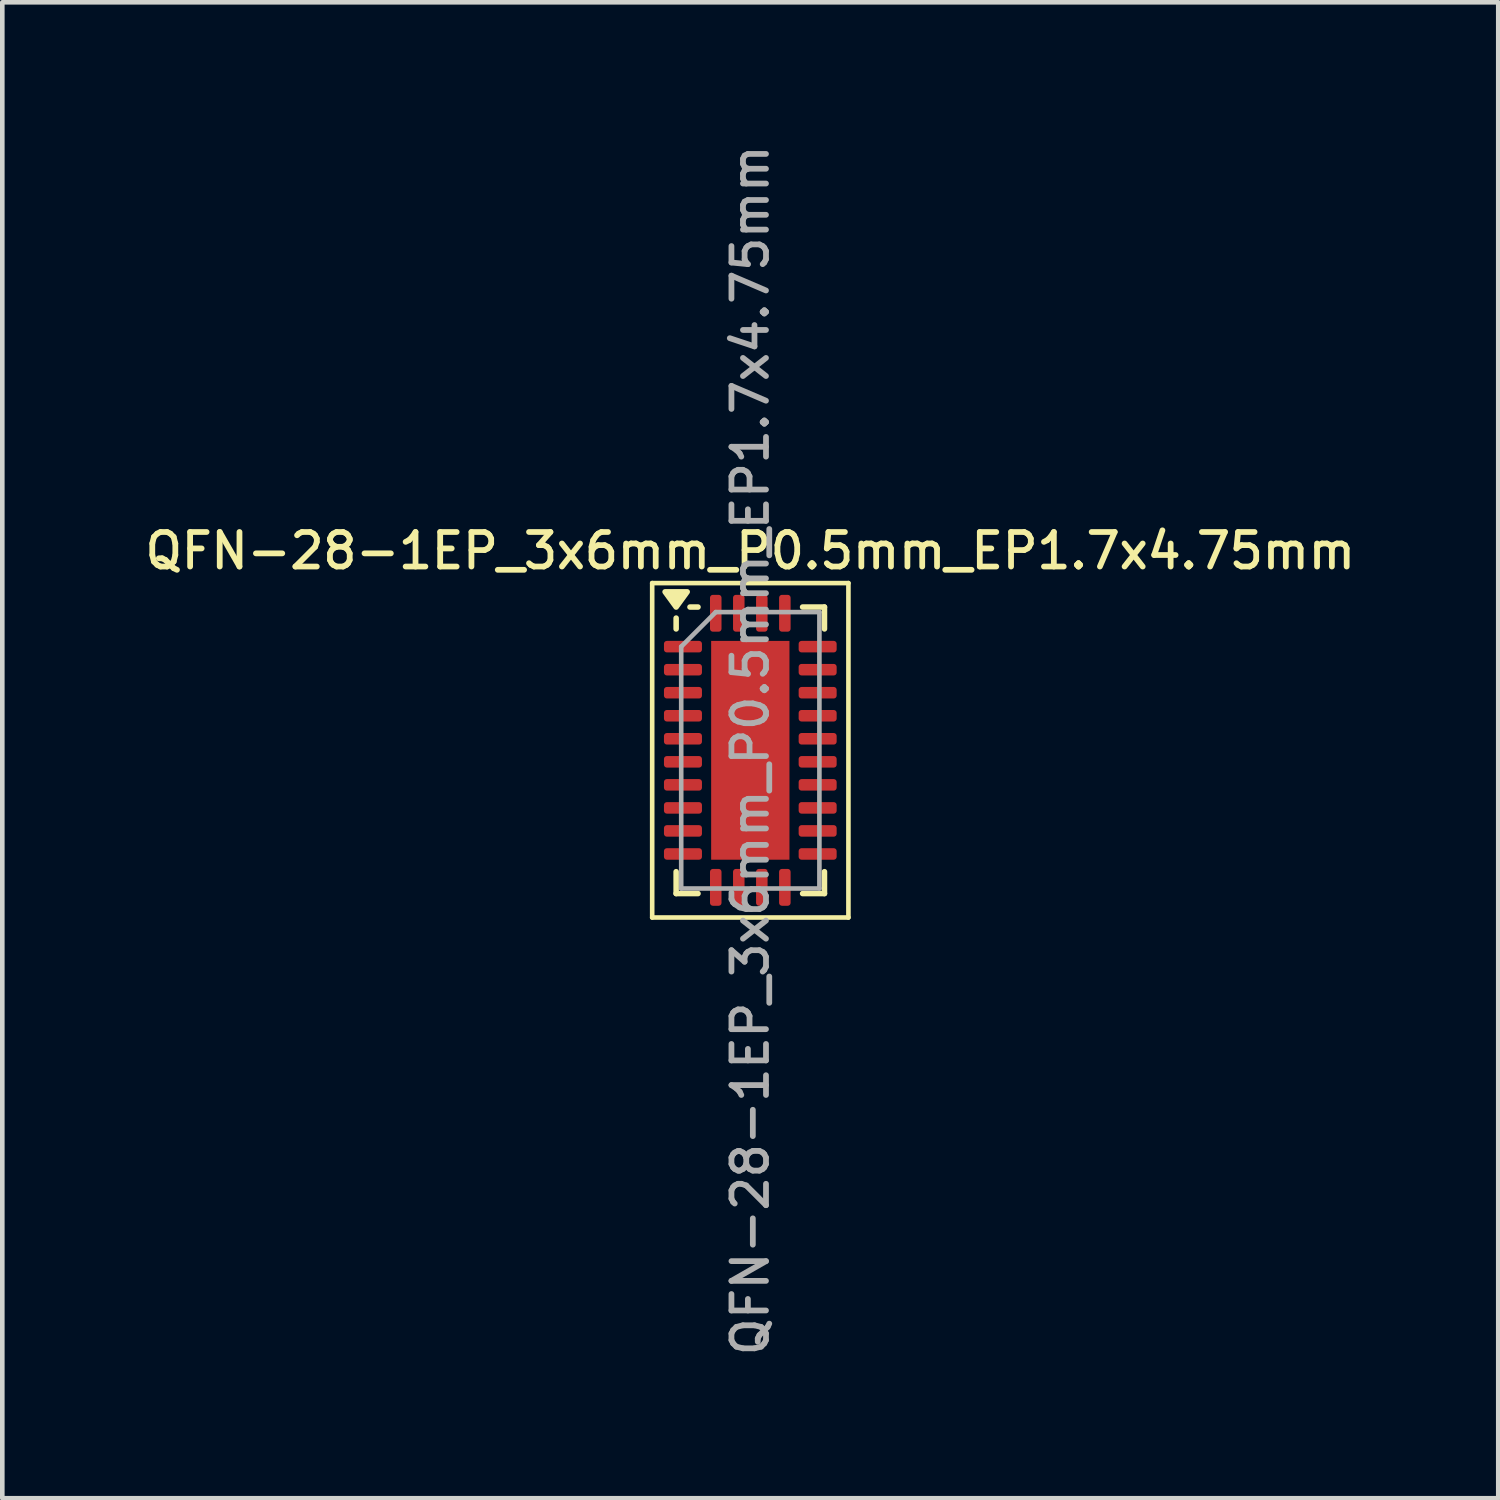
<source format=kicad_pcb>
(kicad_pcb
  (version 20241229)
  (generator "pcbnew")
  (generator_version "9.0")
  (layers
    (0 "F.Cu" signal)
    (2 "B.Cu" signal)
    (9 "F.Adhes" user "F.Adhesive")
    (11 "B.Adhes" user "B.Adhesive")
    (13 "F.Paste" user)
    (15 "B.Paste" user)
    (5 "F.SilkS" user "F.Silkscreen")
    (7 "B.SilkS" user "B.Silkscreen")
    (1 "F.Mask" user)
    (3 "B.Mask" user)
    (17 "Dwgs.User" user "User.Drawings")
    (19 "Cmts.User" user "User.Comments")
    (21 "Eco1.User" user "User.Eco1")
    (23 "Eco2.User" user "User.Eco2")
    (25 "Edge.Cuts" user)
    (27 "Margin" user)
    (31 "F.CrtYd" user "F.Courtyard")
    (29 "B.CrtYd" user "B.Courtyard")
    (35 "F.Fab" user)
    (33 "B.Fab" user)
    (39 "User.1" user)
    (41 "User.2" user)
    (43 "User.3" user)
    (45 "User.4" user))
  (footprint "QFN-28-1EP_3x6mm_P0.5mm_EP1.7x4.75mm"
    (layer "F.Cu")
    (at 13.238 13.238)
    (property "Reference" "QFN-28-1EP_3x6mm_P0.5mm_EP1.7x4.75mm" (at 0 -4.33 0) (layer "F.SilkS") (effects (font (size 0.75 0.75) (thickness 0.125))))
    (attr smd)
    (fp_line (start -2.13 -3.63) (end -2.13 3.63) (stroke (width 0.1) (type solid)) (layer "F.SilkS"))
    (fp_line (start -2.13 3.63) (end 2.13 3.63) (stroke (width 0.1) (type solid)) (layer "F.SilkS"))
    (fp_line (start -1.61 -2.635) (end -1.61 -2.87) (stroke (width 0.12) (type solid)) (layer "F.SilkS"))
    (fp_line (start -1.61 3.11) (end -1.61 2.635) (stroke (width 0.12) (type solid)) (layer "F.SilkS"))
    (fp_line (start -1.135 -3.11) (end -1.31 -3.11) (stroke (width 0.12) (type solid)) (layer "F.SilkS"))
    (fp_line (start -1.135 3.11) (end -1.61 3.11) (stroke (width 0.12) (type solid)) (layer "F.SilkS"))
    (fp_line (start 1.135 -3.11) (end 1.61 -3.11) (stroke (width 0.12) (type solid)) (layer "F.SilkS"))
    (fp_line (start 1.135 3.11) (end 1.61 3.11) (stroke (width 0.12) (type solid)) (layer "F.SilkS"))
    (fp_line (start 1.61 -3.11) (end 1.61 -2.635) (stroke (width 0.12) (type solid)) (layer "F.SilkS"))
    (fp_line (start 1.61 3.11) (end 1.61 2.635) (stroke (width 0.12) (type solid)) (layer "F.SilkS"))
    (fp_line (start 2.13 -3.63) (end -2.13 -3.63) (stroke (width 0.1) (type solid)) (layer "F.SilkS"))
    (fp_line (start 2.13 3.63) (end 2.13 -3.63) (stroke (width 0.1) (type solid)) (layer "F.SilkS"))
    (fp_poly (pts (xy -1.61 -3.11) (xy -1.85 -3.44) (xy -1.37 -3.44) (xy -1.61 -3.11)) (stroke (width 0.12) (type solid)) (fill yes) (layer "F.SilkS"))
    (fp_line (start -1.5 -2.25) (end -0.75 -3) (stroke (width 0.1) (type solid)) (layer "F.Fab"))
    (fp_line (start -1.5 3) (end -1.5 -2.25) (stroke (width 0.1) (type solid)) (layer "F.Fab"))
    (fp_line (start -0.75 -3) (end 1.5 -3) (stroke (width 0.1) (type solid)) (layer "F.Fab"))
    (fp_line (start 1.5 -3) (end 1.5 3) (stroke (width 0.1) (type solid)) (layer "F.Fab"))
    (fp_line (start 1.5 3) (end -1.5 3) (stroke (width 0.1) (type solid)) (layer "F.Fab"))
    (fp_text user "${REFERENCE}" (at 0 0 90) (layer "F.Fab") (effects (font (size 0.75 0.75) (thickness 0.125))))
    (pad "" smd roundrect (at -0.425 -1.785) (size 0.69 0.96) (layers "F.Paste") (roundrect_rratio 0.25))
    (pad "" smd roundrect (at -0.425 -0.595) (size 0.69 0.96) (layers "F.Paste") (roundrect_rratio 0.25))
    (pad "" smd roundrect (at -0.425 0.595) (size 0.69 0.96) (layers "F.Paste") (roundrect_rratio 0.25))
    (pad "" smd roundrect (at -0.425 1.785) (size 0.69 0.96) (layers "F.Paste") (roundrect_rratio 0.25))
    (pad "" smd roundrect (at 0.425 -1.785) (size 0.69 0.96) (layers "F.Paste") (roundrect_rratio 0.25))
    (pad "" smd roundrect (at 0.425 -0.595) (size 0.69 0.96) (layers "F.Paste") (roundrect_rratio 0.25))
    (pad "" smd roundrect (at 0.425 0.595) (size 0.69 0.96) (layers "F.Paste") (roundrect_rratio 0.25))
    (pad "" smd roundrect (at 0.425 1.785) (size 0.69 0.96) (layers "F.Paste") (roundrect_rratio 0.25))
    (pad "1" smd roundrect (at -1.462 -2.25) (size 0.825 0.25) (layers "F.Cu" "F.Mask" "F.Paste") (roundrect_rratio 0.25))
    (pad "2" smd roundrect (at -1.462 -1.75) (size 0.825 0.25) (layers "F.Cu" "F.Mask" "F.Paste") (roundrect_rratio 0.25))
    (pad "3" smd roundrect (at -1.462 -1.25) (size 0.825 0.25) (layers "F.Cu" "F.Mask" "F.Paste") (roundrect_rratio 0.25))
    (pad "4" smd roundrect (at -1.462 -0.75) (size 0.825 0.25) (layers "F.Cu" "F.Mask" "F.Paste") (roundrect_rratio 0.25))
    (pad "5" smd roundrect (at -1.462 -0.25) (size 0.825 0.25) (layers "F.Cu" "F.Mask" "F.Paste") (roundrect_rratio 0.25))
    (pad "6" smd roundrect (at -1.462 0.25) (size 0.825 0.25) (layers "F.Cu" "F.Mask" "F.Paste") (roundrect_rratio 0.25))
    (pad "7" smd roundrect (at -1.462 0.75) (size 0.825 0.25) (layers "F.Cu" "F.Mask" "F.Paste") (roundrect_rratio 0.25))
    (pad "8" smd roundrect (at -1.462 1.25) (size 0.825 0.25) (layers "F.Cu" "F.Mask" "F.Paste") (roundrect_rratio 0.25))
    (pad "9" smd roundrect (at -1.462 1.75) (size 0.825 0.25) (layers "F.Cu" "F.Mask" "F.Paste") (roundrect_rratio 0.25))
    (pad "10" smd roundrect (at -1.462 2.25) (size 0.825 0.25) (layers "F.Cu" "F.Mask" "F.Paste") (roundrect_rratio 0.25))
    (pad "11" smd roundrect (at -0.75 2.975) (size 0.25 0.8) (layers "F.Cu" "F.Mask" "F.Paste") (roundrect_rratio 0.25))
    (pad "12" smd roundrect (at -0.25 2.975) (size 0.25 0.8) (layers "F.Cu" "F.Mask" "F.Paste") (roundrect_rratio 0.25))
    (pad "13" smd roundrect (at 0.25 2.975) (size 0.25 0.8) (layers "F.Cu" "F.Mask" "F.Paste") (roundrect_rratio 0.25))
    (pad "14" smd roundrect (at 0.75 2.975) (size 0.25 0.8) (layers "F.Cu" "F.Mask" "F.Paste") (roundrect_rratio 0.25))
    (pad "15" smd roundrect (at 1.462 2.25) (size 0.825 0.25) (layers "F.Cu" "F.Mask" "F.Paste") (roundrect_rratio 0.25))
    (pad "16" smd roundrect (at 1.462 1.75) (size 0.825 0.25) (layers "F.Cu" "F.Mask" "F.Paste") (roundrect_rratio 0.25))
    (pad "17" smd roundrect (at 1.462 1.25) (size 0.825 0.25) (layers "F.Cu" "F.Mask" "F.Paste") (roundrect_rratio 0.25))
    (pad "18" smd roundrect (at 1.462 0.75) (size 0.825 0.25) (layers "F.Cu" "F.Mask" "F.Paste") (roundrect_rratio 0.25))
    (pad "19" smd roundrect (at 1.462 0.25) (size 0.825 0.25) (layers "F.Cu" "F.Mask" "F.Paste") (roundrect_rratio 0.25))
    (pad "20" smd roundrect (at 1.462 -0.25) (size 0.825 0.25) (layers "F.Cu" "F.Mask" "F.Paste") (roundrect_rratio 0.25))
    (pad "21" smd roundrect (at 1.462 -0.75) (size 0.825 0.25) (layers "F.Cu" "F.Mask" "F.Paste") (roundrect_rratio 0.25))
    (pad "22" smd roundrect (at 1.462 -1.25) (size 0.825 0.25) (layers "F.Cu" "F.Mask" "F.Paste") (roundrect_rratio 0.25))
    (pad "23" smd roundrect (at 1.462 -1.75) (size 0.825 0.25) (layers "F.Cu" "F.Mask" "F.Paste") (roundrect_rratio 0.25))
    (pad "24" smd roundrect (at 1.462 -2.25) (size 0.825 0.25) (layers "F.Cu" "F.Mask" "F.Paste") (roundrect_rratio 0.25))
    (pad "25" smd roundrect (at 0.75 -2.975) (size 0.25 0.8) (layers "F.Cu" "F.Mask" "F.Paste") (roundrect_rratio 0.25))
    (pad "26" smd roundrect (at 0.25 -2.975) (size 0.25 0.8) (layers "F.Cu" "F.Mask" "F.Paste") (roundrect_rratio 0.25))
    (pad "27" smd roundrect (at -0.25 -2.975) (size 0.25 0.8) (layers "F.Cu" "F.Mask" "F.Paste") (roundrect_rratio 0.25))
    (pad "28" smd roundrect (at -0.75 -2.975) (size 0.25 0.8) (layers "F.Cu" "F.Mask" "F.Paste") (roundrect_rratio 0.25))
    (pad "29" smd rect (at 0 0) (size 1.7 4.75) (property pad_prop_heatsink) (layers "F.Cu" "F.Mask")))
  (gr_rect
    (start -3 -3)
    (end 29.475 29.475)
    (stroke (width 0.1) (type default))
    (fill no)
    (layer "Edge.Cuts")))
</source>
